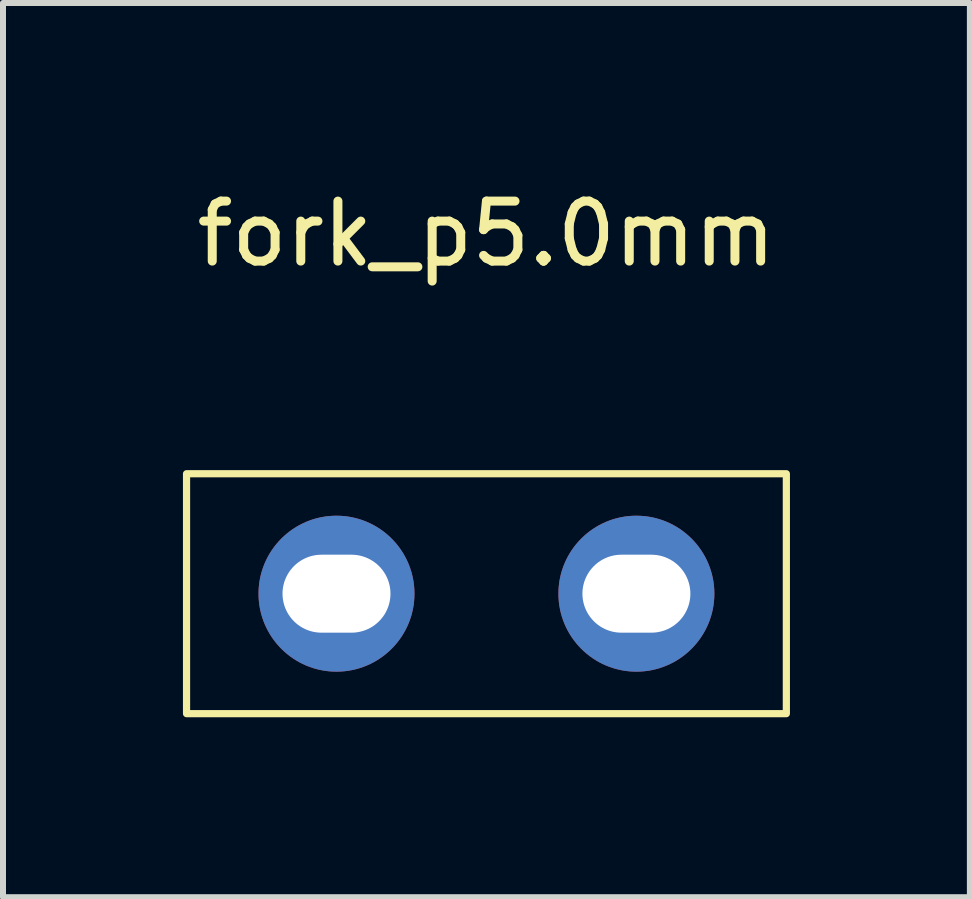
<source format=kicad_pcb>
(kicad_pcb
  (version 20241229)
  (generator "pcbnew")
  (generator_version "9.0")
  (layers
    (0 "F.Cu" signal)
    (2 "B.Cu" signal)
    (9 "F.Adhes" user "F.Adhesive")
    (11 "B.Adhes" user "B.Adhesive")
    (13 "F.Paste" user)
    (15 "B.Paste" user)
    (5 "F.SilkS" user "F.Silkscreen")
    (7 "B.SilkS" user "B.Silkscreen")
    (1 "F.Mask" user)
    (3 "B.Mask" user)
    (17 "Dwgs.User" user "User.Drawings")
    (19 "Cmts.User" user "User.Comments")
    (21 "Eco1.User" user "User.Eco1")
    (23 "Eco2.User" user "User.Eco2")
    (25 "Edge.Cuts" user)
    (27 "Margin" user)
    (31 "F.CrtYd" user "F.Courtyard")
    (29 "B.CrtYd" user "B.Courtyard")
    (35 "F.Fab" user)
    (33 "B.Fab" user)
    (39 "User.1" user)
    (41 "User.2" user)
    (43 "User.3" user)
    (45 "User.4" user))
  (footprint "fork_p5.0mm"
    (layer "F.Cu")
    (at 5.06 6.848)
    (property "Reference" "fork_p5.0mm" (at 0 -6 0) (unlocked yes) (layer "F.SilkS") (effects (font (size 1 1) (thickness 0.15))))
    (attr smd)
    (fp_rect (start -5 -2) (end 5 2) (stroke (width 0.12) (type solid)) (fill no) (layer "F.SilkS"))
    (pad "1" thru_hole oval (at -2.5 0 180) (size 2.6 2.6) (drill oval 1.8 1.3) (layers "*.Cu" "*.Mask"))
    (pad "1" thru_hole oval (at 2.5 0 180) (size 2.6 2.6) (drill oval 1.8 1.3) (layers "*.Cu" "*.Mask")))
  (gr_rect
    (start -3 -3)
    (end 13.12 11.908)
    (stroke (width 0.1) (type default))
    (fill no)
    (layer "Edge.Cuts")))
</source>
